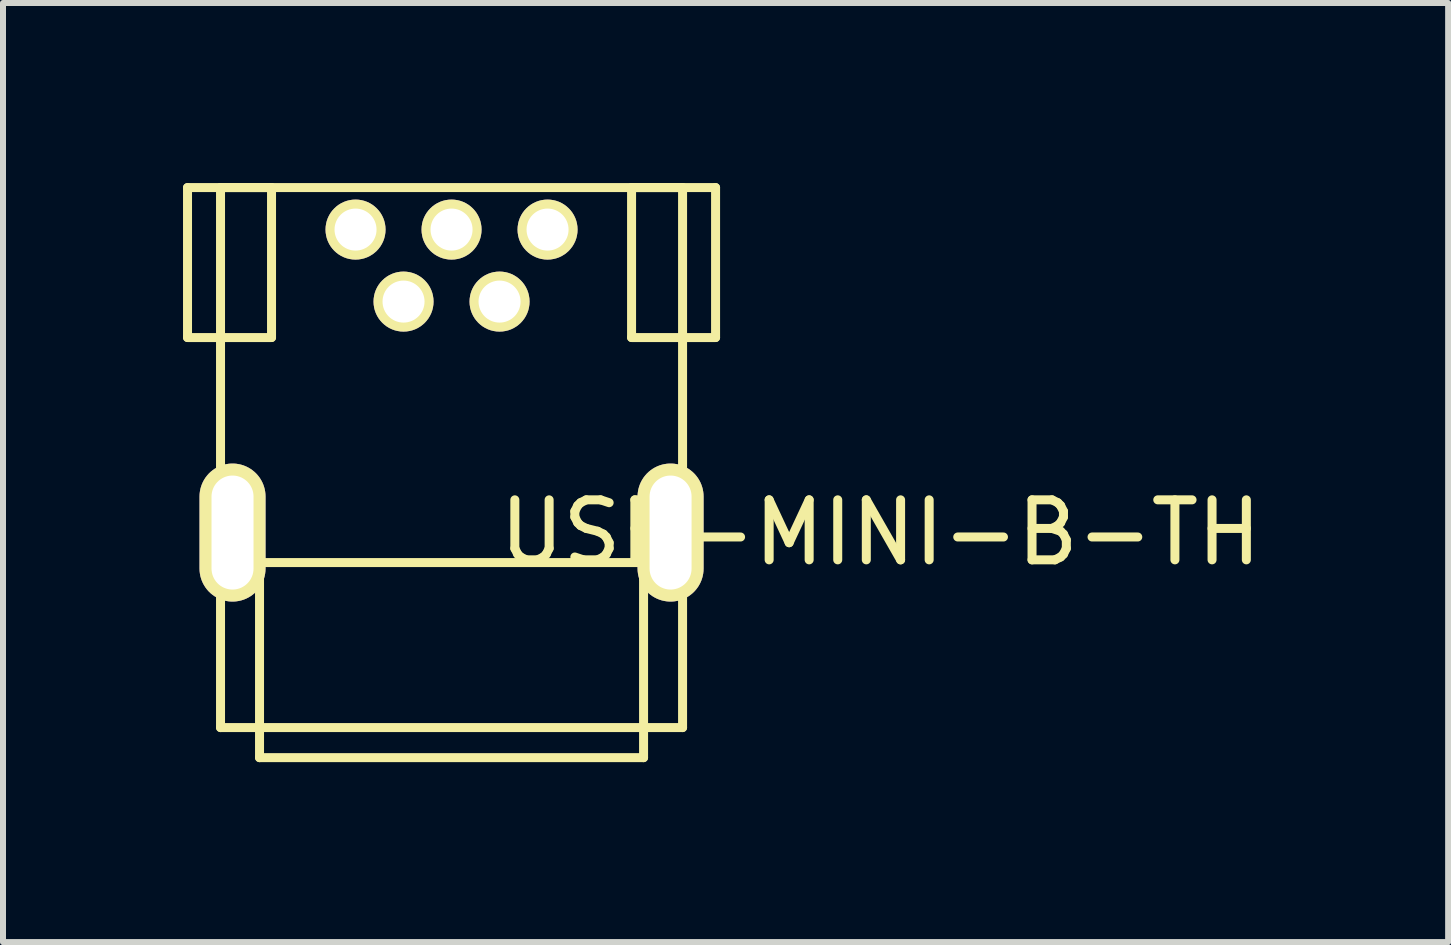
<source format=kicad_pcb>
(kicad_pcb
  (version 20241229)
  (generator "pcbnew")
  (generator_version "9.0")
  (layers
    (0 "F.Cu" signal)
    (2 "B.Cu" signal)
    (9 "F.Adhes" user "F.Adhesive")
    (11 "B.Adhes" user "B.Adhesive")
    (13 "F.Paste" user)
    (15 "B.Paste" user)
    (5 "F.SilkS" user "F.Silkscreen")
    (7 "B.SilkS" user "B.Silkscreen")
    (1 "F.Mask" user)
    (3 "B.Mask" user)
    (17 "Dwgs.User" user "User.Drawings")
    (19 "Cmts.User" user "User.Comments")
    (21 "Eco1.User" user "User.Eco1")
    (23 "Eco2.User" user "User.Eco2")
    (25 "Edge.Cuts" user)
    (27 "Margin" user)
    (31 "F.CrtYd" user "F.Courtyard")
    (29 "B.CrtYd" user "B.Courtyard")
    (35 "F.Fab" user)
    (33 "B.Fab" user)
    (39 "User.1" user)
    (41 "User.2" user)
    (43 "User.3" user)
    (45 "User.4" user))
  (footprint "USB-MINI-B-TH"
    (layer "F.Cu")
    (at 4.069 8.556)
    (property "Reference" "USB-MINI-B-TH" (at 7.556 -2.731 0) (layer "F.SilkS") (effects (font (size 1 1) (thickness 0.15))))
    (attr through_hole)
    (fp_line (start -3.994 -8.48) (end -2.594 -8.48) (stroke (width 0.15) (type solid)) (layer "F.SilkS"))
    (fp_line (start -3.994 -5.981) (end -3.994 -8.48) (stroke (width 0.15) (type solid)) (layer "F.SilkS"))
    (fp_line (start -3.444 -8.48) (end 4.256 -8.48) (stroke (width 0.15) (type solid)) (layer "F.SilkS"))
    (fp_line (start -3.444 0.519) (end -3.444 -8.48) (stroke (width 0.15) (type solid)) (layer "F.SilkS"))
    (fp_line (start -2.794 -2.231) (end 3.606 -2.231) (stroke (width 0.15) (type solid)) (layer "F.SilkS"))
    (fp_line (start -2.794 1.02) (end -2.794 -2.231) (stroke (width 0.15) (type solid)) (layer "F.SilkS"))
    (fp_line (start -2.594 -8.48) (end -2.594 -5.981) (stroke (width 0.15) (type solid)) (layer "F.SilkS"))
    (fp_line (start -2.594 -5.981) (end -3.994 -5.981) (stroke (width 0.15) (type solid)) (layer "F.SilkS"))
    (fp_line (start 3.406 -8.48) (end 3.406 -5.981) (stroke (width 0.15) (type solid)) (layer "F.SilkS"))
    (fp_line (start 3.406 -5.981) (end 4.806 -5.981) (stroke (width 0.15) (type solid)) (layer "F.SilkS"))
    (fp_line (start 3.606 -2.231) (end 3.606 1.02) (stroke (width 0.15) (type solid)) (layer "F.SilkS"))
    (fp_line (start 3.606 1.02) (end -2.794 1.02) (stroke (width 0.15) (type solid)) (layer "F.SilkS"))
    (fp_line (start 4.256 -8.48) (end 4.256 0.519) (stroke (width 0.15) (type solid)) (layer "F.SilkS"))
    (fp_line (start 4.256 0.519) (end -3.444 0.519) (stroke (width 0.15) (type solid)) (layer "F.SilkS"))
    (fp_line (start 4.806 -8.48) (end 3.406 -8.48) (stroke (width 0.15) (type solid)) (layer "F.SilkS"))
    (fp_line (start 4.806 -5.981) (end 4.806 -8.48) (stroke (width 0.15) (type solid)) (layer "F.SilkS"))
    (pad "1" thru_hole circle (at -1.194 -7.78) (size 1 1) (drill 0.7) (layers "*.Cu" "*.Mask" "F.SilkS"))
    (pad "2" thru_hole circle (at -0.394 -6.58) (size 1 1) (drill 0.7) (layers "*.Cu" "*.Mask" "F.SilkS"))
    (pad "3" thru_hole circle (at 0.406 -7.78) (size 1 1) (drill 0.7) (layers "*.Cu" "*.Mask" "F.SilkS"))
    (pad "4" thru_hole circle (at 1.206 -6.58) (size 1 1) (drill 0.7) (layers "*.Cu" "*.Mask" "F.SilkS"))
    (pad "5" thru_hole oval (at -3.244 -2.731) (size 1.1 2.3) (drill oval 0.7 1.9) (layers "*.Cu" "*.Mask" "F.SilkS"))
    (pad "5" thru_hole circle (at 2.006 -7.78) (size 1 1) (drill 0.7) (layers "*.Cu" "*.Mask" "F.SilkS"))
    (pad "5" thru_hole oval (at 4.056 -2.731) (size 1.1 2.3) (drill oval 0.7 1.9) (layers "*.Cu" "*.Mask" "F.SilkS")))
  (gr_rect
    (start -3 -3)
    (end 21.083 12.65)
    (stroke (width 0.1) (type default))
    (fill no)
    (layer "Edge.Cuts")))
</source>
